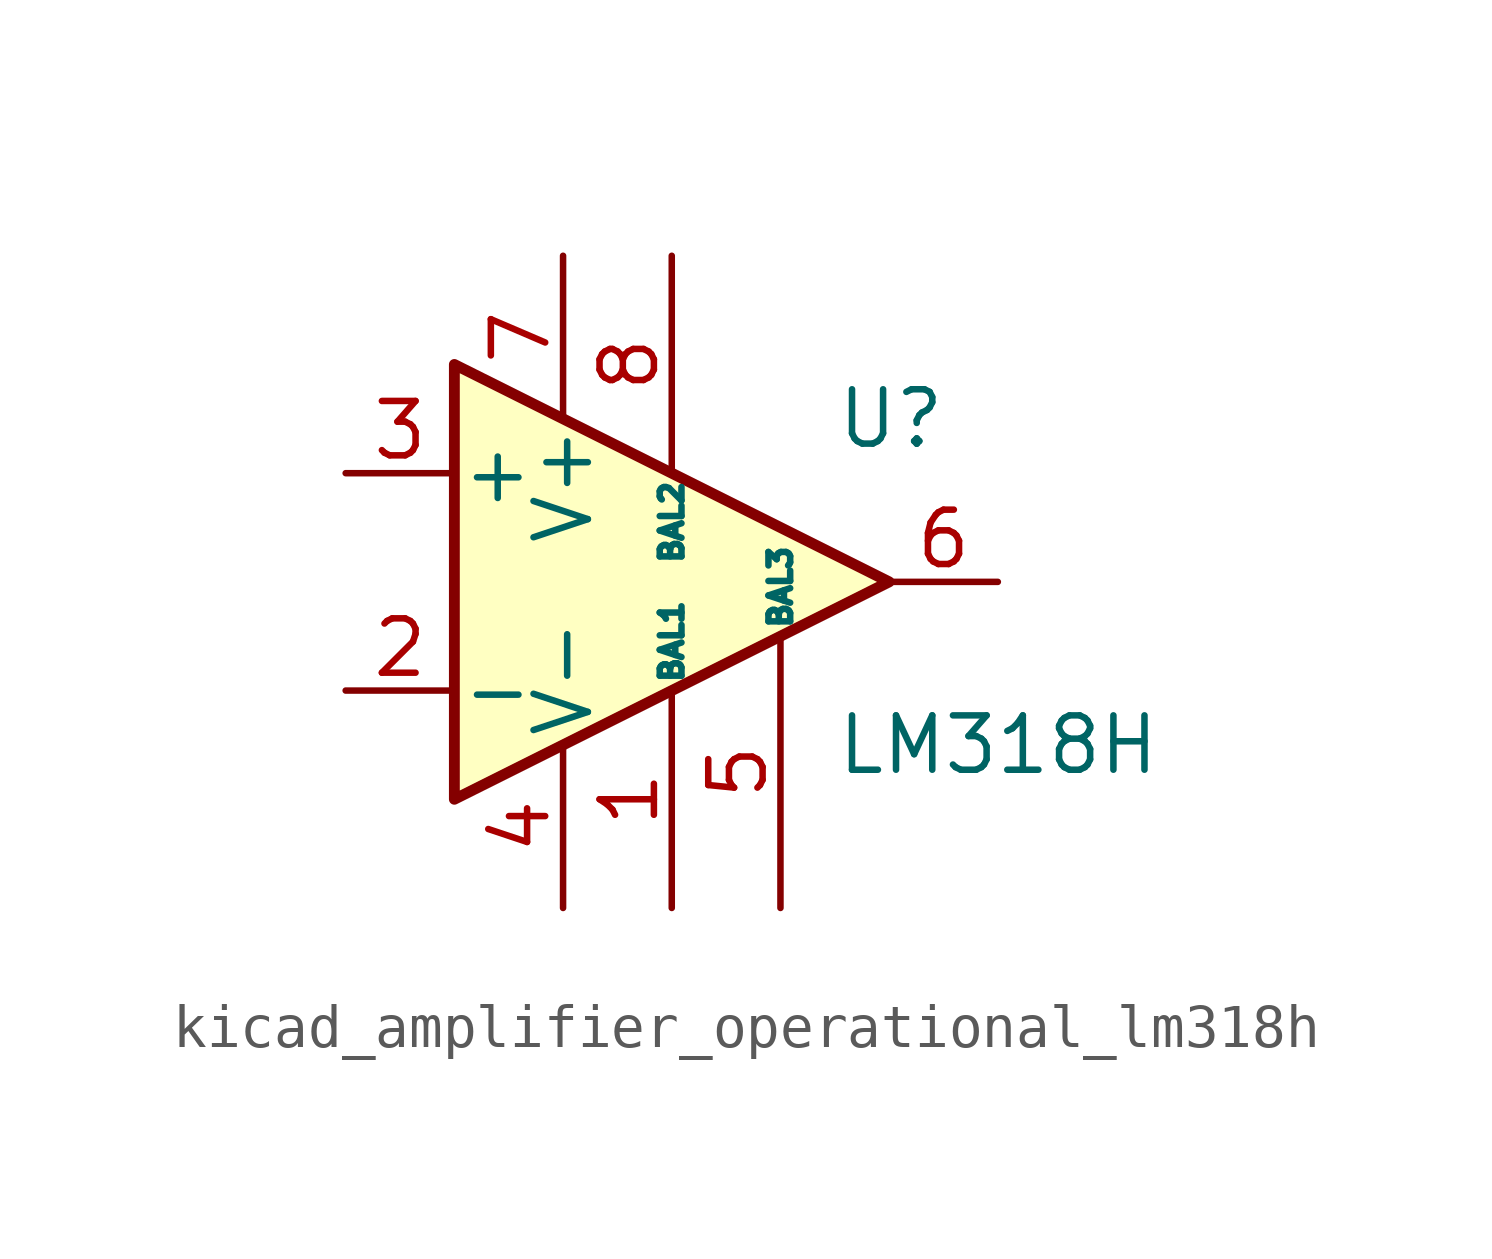
<source format=kicad_sym>
(kicad_symbol_lib
  (version 20220914)
  (generator kicad_symbol_editor)
  (symbol "kicad_amplifier_operational_lm318h"
    (pin_names
      (offset 0.127))
    (property "Reference" "U"
      (at 3.81 3.81 0)
      (effects (font (size 1.27 1.27)) (justify left)))
    (property "Value" "LM318H"
      (at 3.81 -3.81 0)
      (effects (font (size 1.27 1.27)) (justify left)))
    (symbol "kicad_amplifier_operational_lm318h_0_1"
      (polyline (pts (xy 5.08 0) (xy -5.08 5.08) (xy -5.08 -5.08) (xy 5.08 0)) (stroke (width 0.254) (type default)) (fill (type background))))
    (symbol "kicad_amplifier_operational_lm318h_1_1"
      (pin passive line (at 0 -7.62 90) (length 5.08) (name "BAL1" (effects (font (size 0.508 0.508)))) (number "1" (effects (font (size 1.27 1.27)))))
      (pin input line (at -7.62 -2.54 0) (length 2.54) (name "-" (effects (font (size 1.27 1.27)))) (number "2" (effects (font (size 1.27 1.27)))))
      (pin input line (at -7.62 2.54 0) (length 2.54) (name "+" (effects (font (size 1.27 1.27)))) (number "3" (effects (font (size 1.27 1.27)))))
      (pin power_in line (at -2.54 -7.62 90) (length 3.81) (name "V-" (effects (font (size 1.27 1.27)))) (number "4" (effects (font (size 1.27 1.27)))))
      (pin passive line (at 2.54 -7.62 90) (length 6.35) (name "BAL3" (effects (font (size 0.508 0.508)))) (number "5" (effects (font (size 1.27 1.27)))))
      (pin output line (at 7.62 0 180) (length 2.54) (name "~" (effects (font (size 1.27 1.27)))) (number "6" (effects (font (size 1.27 1.27)))))
      (pin power_in line (at -2.54 7.62 270) (length 3.81) (name "V+" (effects (font (size 1.27 1.27)))) (number "7" (effects (font (size 1.27 1.27)))))
      (pin passive line (at 0 7.62 270) (length 5.08) (name "BAL2" (effects (font (size 0.508 0.508)))) (number "8" (effects (font (size 1.27 1.27))))))))
</source>
